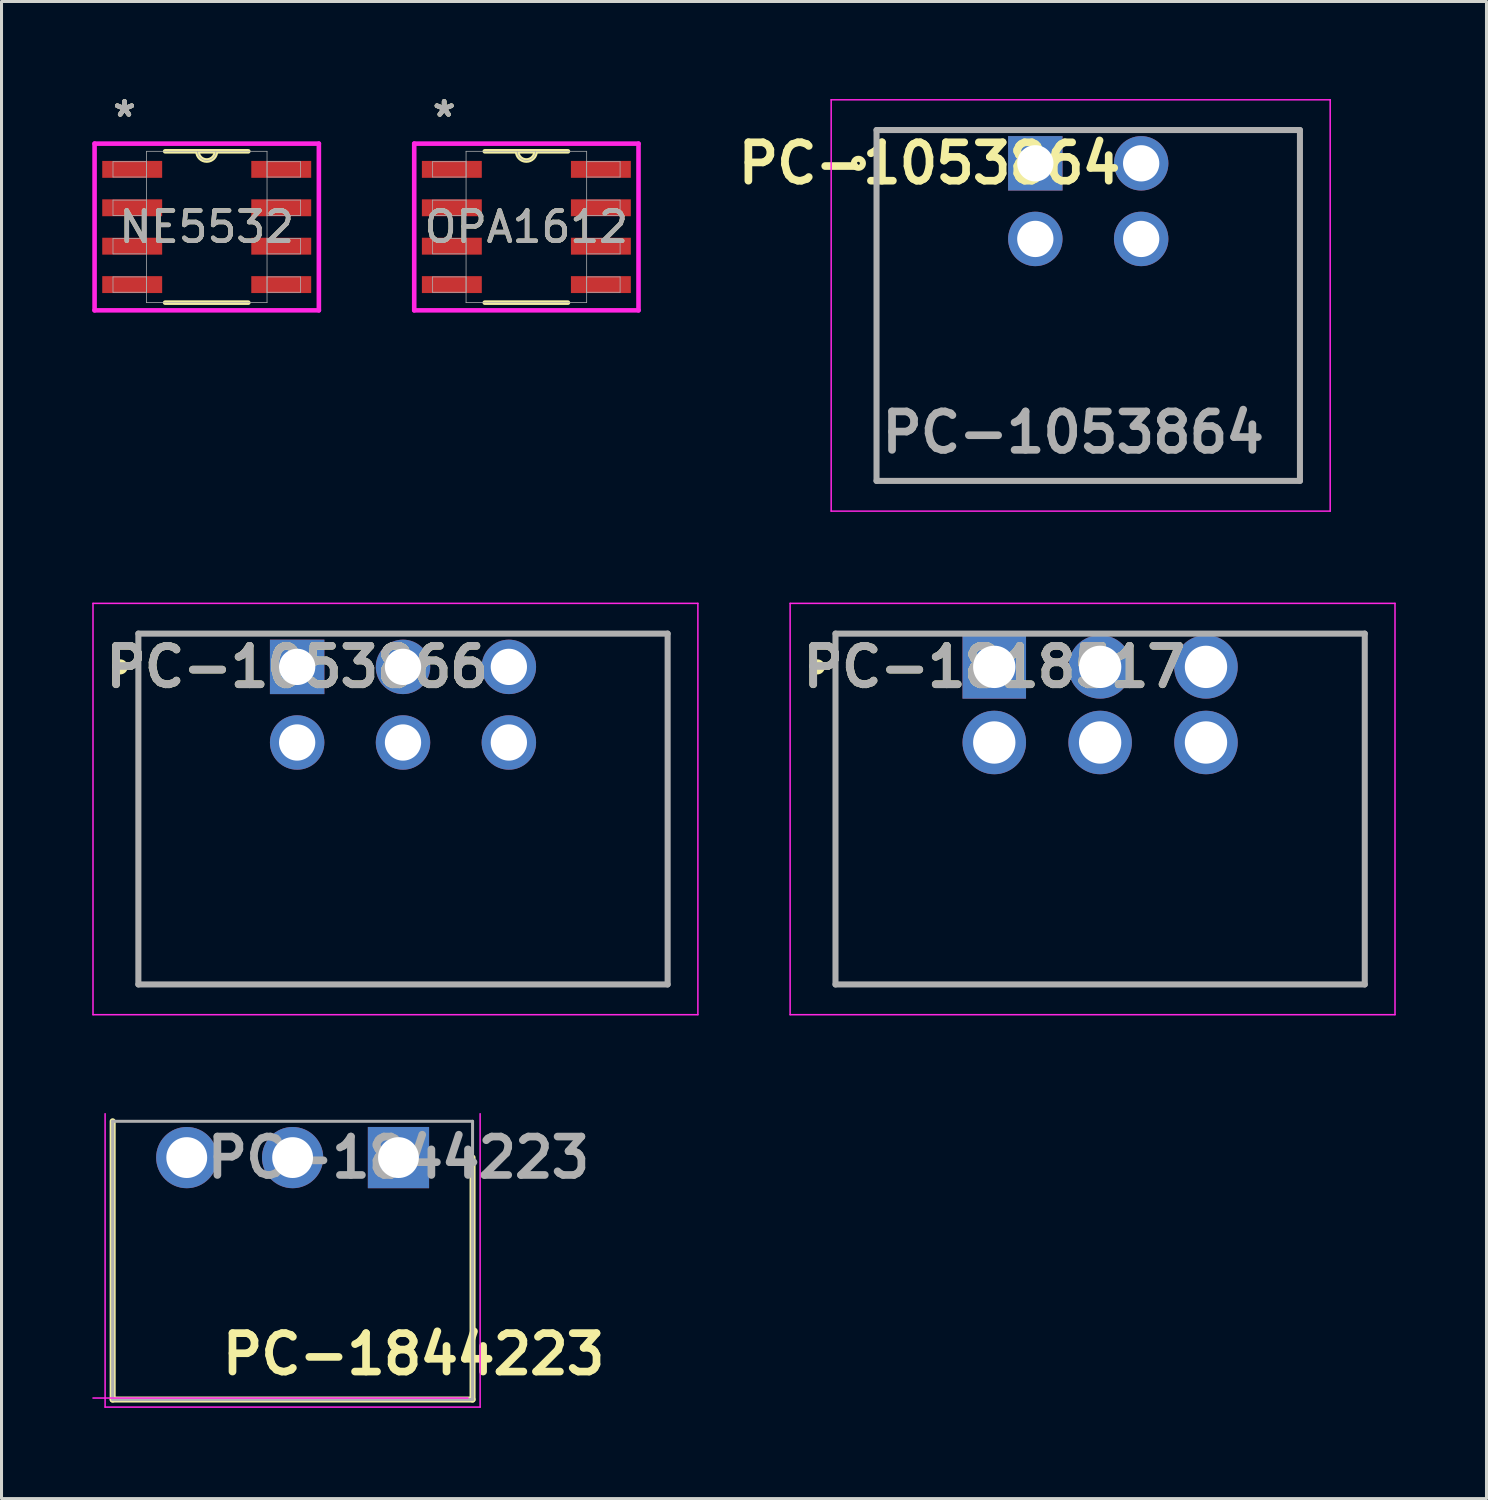
<source format=kicad_pcb>
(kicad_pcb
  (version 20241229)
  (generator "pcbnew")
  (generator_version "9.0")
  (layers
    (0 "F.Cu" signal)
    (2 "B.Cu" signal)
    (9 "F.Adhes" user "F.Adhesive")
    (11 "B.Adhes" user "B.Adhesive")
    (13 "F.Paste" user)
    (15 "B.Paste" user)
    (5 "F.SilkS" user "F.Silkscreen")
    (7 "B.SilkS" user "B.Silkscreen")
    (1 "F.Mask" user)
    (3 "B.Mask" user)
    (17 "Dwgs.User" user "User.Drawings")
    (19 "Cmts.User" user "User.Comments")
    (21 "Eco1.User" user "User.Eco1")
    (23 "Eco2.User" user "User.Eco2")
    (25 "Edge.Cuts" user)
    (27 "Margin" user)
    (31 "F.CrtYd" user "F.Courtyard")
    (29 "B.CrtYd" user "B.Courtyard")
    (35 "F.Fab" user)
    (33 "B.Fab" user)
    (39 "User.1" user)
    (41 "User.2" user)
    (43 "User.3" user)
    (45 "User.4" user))
  (footprint "PC-1818517"
    (layer "F.Cu")
    (at 29.825 19)
    (property "Reference" "PC-1818517" (at 0 0 0) (layer "F.SilkS") (effects (font (size 1.27 1.27) (thickness 0.254))))
    (attr through_hole)
    (fp_line (start -5.25 10.5) (end -5.25 -1.1) (stroke (width 0.1) (type solid)) (layer "F.SilkS"))
    (fp_line (start 12.25 -1.1) (end 12.25 10.5) (stroke (width 0.1) (type solid)) (layer "F.SilkS"))
    (fp_line (start 12.25 10.5) (end -5.25 10.5) (stroke (width 0.1) (type solid)) (layer "F.SilkS"))
    (fp_circle (center -5.85 0) (end -5.85 0.05) (stroke (width 0.2) (type solid)) (fill no) (layer "F.SilkS"))
    (fp_line (start -6.75 -2.1) (end 13.25 -2.1) (stroke (width 0.05) (type solid)) (layer "F.CrtYd"))
    (fp_line (start -6.75 11.5) (end -6.75 -2.1) (stroke (width 0.05) (type solid)) (layer "F.CrtYd"))
    (fp_line (start 13.25 -2.1) (end 13.25 11.5) (stroke (width 0.05) (type solid)) (layer "F.CrtYd"))
    (fp_line (start 13.25 11.5) (end -6.75 11.5) (stroke (width 0.05) (type solid)) (layer "F.CrtYd"))
    (fp_line (start -5.25 -1.1) (end 12.25 -1.1) (stroke (width 0.2) (type solid)) (layer "F.Fab"))
    (fp_line (start -5.25 10.5) (end -5.25 -1.1) (stroke (width 0.2) (type solid)) (layer "F.Fab"))
    (fp_line (start 12.25 -1.1) (end 12.25 10.5) (stroke (width 0.2) (type solid)) (layer "F.Fab"))
    (fp_line (start 12.25 10.5) (end -5.25 10.5) (stroke (width 0.2) (type solid)) (layer "F.Fab"))
    (fp_text user "${REFERENCE}" (at 0 0 0) (layer "F.Fab") (effects (font (size 1.27 1.27) (thickness 0.254))))
    (pad "1" thru_hole rect (at 0 0) (size 2.1 2.1) (drill 1.4) (layers "*.Cu" "*.Mask"))
    (pad "2" thru_hole circle (at 3.5 0) (size 2.1 2.1) (drill 1.4) (layers "*.Cu" "*.Mask"))
    (pad "3" thru_hole circle (at 7 0) (size 2.1 2.1) (drill 1.4) (layers "*.Cu" "*.Mask"))
    (pad "4" thru_hole circle (at 0 2.5) (size 2.1 2.1) (drill 1.4) (layers "*.Cu" "*.Mask"))
    (pad "5" thru_hole circle (at 3.5 2.5) (size 2.1 2.1) (drill 1.4) (layers "*.Cu" "*.Mask"))
    (pad "6" thru_hole circle (at 7 2.5) (size 2.1 2.1) (drill 1.4) (layers "*.Cu" "*.Mask")))
  (footprint "PC-1844223"
    (layer "F.Cu")
    (at 12.825 33.775)
    (property "Reference" "PC-1844223" (at -2.2 7.95 180) (layer "F.SilkS") (effects (font (size 1.27 1.27) (thickness 0.254))))
    (attr through_hole)
    (fp_line (start -12.15 9.45) (end -12.15 0.25) (stroke (width 0.2) (type solid)) (layer "F.SilkS"))
    (fp_line (start -0.25 1.45) (end -0.25 9.45) (stroke (width 0.2) (type solid)) (layer "F.SilkS"))
    (fp_line (start -0.25 9.45) (end -12.15 9.45) (stroke (width 0.2) (type solid)) (layer "F.SilkS"))
    (fp_line (start -12.8 9.4) (end -0.4 9.4) (stroke (width 0.05) (type solid)) (layer "F.CrtYd"))
    (fp_line (start -12.4 0) (end -12.4 9.7) (stroke (width 0.05) (type solid)) (layer "F.CrtYd"))
    (fp_line (start -12.4 9.7) (end 0 9.7) (stroke (width 0.05) (type solid)) (layer "F.CrtYd"))
    (fp_line (start 0 9.7) (end 0 0) (stroke (width 0.05) (type solid)) (layer "F.CrtYd"))
    (fp_line (start -12.15 0.25) (end -0.25 0.25) (stroke (width 0.1) (type solid)) (layer "F.Fab"))
    (fp_line (start -12.15 9.45) (end -12.15 0.25) (stroke (width 0.1) (type solid)) (layer "F.Fab"))
    (fp_line (start -0.25 0.25) (end -0.25 9.45) (stroke (width 0.1) (type solid)) (layer "F.Fab"))
    (fp_line (start -0.25 9.45) (end -12.15 9.45) (stroke (width 0.1) (type solid)) (layer "F.Fab"))
    (fp_text user "${REFERENCE}" (at -2.7 1.45 180) (layer "F.Fab") (effects (font (size 1.27 1.27) (thickness 0.254))))
    (pad "1" thru_hole rect (at -2.7 1.45 180) (size 2.025 2.025) (drill 1.35) (layers "*.Cu" "*.Mask"))
    (pad "2" thru_hole circle (at -6.2 1.45 180) (size 2.025 2.025) (drill 1.35) (layers "*.Cu" "*.Mask"))
    (pad "3" thru_hole circle (at -9.7 1.45 180) (size 2.025 2.025) (drill 1.35) (layers "*.Cu" "*.Mask")))
  (footprint "OPA1612"
    (layer "F.Cu")
    (at 14.354 4.455)
    (property "Reference" "OPA1612" (at 0 0 0) (unlocked yes) (layer "F.SilkS") (effects (font (size 1 1) (thickness 0.15))))
    (attr smd)
    (fp_line (start -1.374 2.502) (end 1.374 2.502) (stroke (width 0.152) (type solid)) (layer "F.SilkS"))
    (fp_line (start 1.374 -2.502) (end -1.374 -2.502) (stroke (width 0.152) (type solid)) (layer "F.SilkS"))
    (fp_arc (start 0.3048 -2.5019) (mid 0 -2.1971) (end -0.3048 -2.5019) (stroke (width 0.1524) (type solid)) (layer "F.SilkS"))
    (fp_line (start -3.708 -2.756) (end 3.708 -2.756) (stroke (width 0.152) (type solid)) (layer "F.CrtYd"))
    (fp_line (start -3.708 2.756) (end -3.708 -2.756) (stroke (width 0.152) (type solid)) (layer "F.CrtYd"))
    (fp_line (start 3.708 -2.756) (end 3.708 2.756) (stroke (width 0.152) (type solid)) (layer "F.CrtYd"))
    (fp_line (start 3.708 2.756) (end -3.708 2.756) (stroke (width 0.152) (type solid)) (layer "F.CrtYd"))
    (fp_line (start -3.099 -2.159) (end -3.099 -1.651) (stroke (width 0.025) (type solid)) (layer "F.Fab"))
    (fp_line (start -3.099 -1.651) (end -1.994 -1.651) (stroke (width 0.025) (type solid)) (layer "F.Fab"))
    (fp_line (start -3.099 -0.889) (end -3.099 -0.381) (stroke (width 0.025) (type solid)) (layer "F.Fab"))
    (fp_line (start -3.099 -0.381) (end -1.994 -0.381) (stroke (width 0.025) (type solid)) (layer "F.Fab"))
    (fp_line (start -3.099 0.381) (end -3.099 0.889) (stroke (width 0.025) (type solid)) (layer "F.Fab"))
    (fp_line (start -3.099 0.889) (end -1.994 0.889) (stroke (width 0.025) (type solid)) (layer "F.Fab"))
    (fp_line (start -3.099 1.651) (end -3.099 2.159) (stroke (width 0.025) (type solid)) (layer "F.Fab"))
    (fp_line (start -3.099 2.159) (end -1.994 2.159) (stroke (width 0.025) (type solid)) (layer "F.Fab"))
    (fp_line (start -1.994 -2.502) (end -1.994 2.502) (stroke (width 0.025) (type solid)) (layer "F.Fab"))
    (fp_line (start -1.994 -2.159) (end -3.099 -2.159) (stroke (width 0.025) (type solid)) (layer "F.Fab"))
    (fp_line (start -1.994 -1.651) (end -1.994 -2.159) (stroke (width 0.025) (type solid)) (layer "F.Fab"))
    (fp_line (start -1.994 -0.889) (end -3.099 -0.889) (stroke (width 0.025) (type solid)) (layer "F.Fab"))
    (fp_line (start -1.994 -0.381) (end -1.994 -0.889) (stroke (width 0.025) (type solid)) (layer "F.Fab"))
    (fp_line (start -1.994 0.381) (end -3.099 0.381) (stroke (width 0.025) (type solid)) (layer "F.Fab"))
    (fp_line (start -1.994 0.889) (end -1.994 0.381) (stroke (width 0.025) (type solid)) (layer "F.Fab"))
    (fp_line (start -1.994 1.651) (end -3.099 1.651) (stroke (width 0.025) (type solid)) (layer "F.Fab"))
    (fp_line (start -1.994 2.159) (end -1.994 1.651) (stroke (width 0.025) (type solid)) (layer "F.Fab"))
    (fp_line (start -1.994 2.502) (end 1.994 2.502) (stroke (width 0.025) (type solid)) (layer "F.Fab"))
    (fp_line (start 1.994 -2.502) (end -1.994 -2.502) (stroke (width 0.025) (type solid)) (layer "F.Fab"))
    (fp_line (start 1.994 -2.159) (end 1.994 -1.651) (stroke (width 0.025) (type solid)) (layer "F.Fab"))
    (fp_line (start 1.994 -1.651) (end 3.099 -1.651) (stroke (width 0.025) (type solid)) (layer "F.Fab"))
    (fp_line (start 1.994 -0.889) (end 1.994 -0.381) (stroke (width 0.025) (type solid)) (layer "F.Fab"))
    (fp_line (start 1.994 -0.381) (end 3.099 -0.381) (stroke (width 0.025) (type solid)) (layer "F.Fab"))
    (fp_line (start 1.994 0.381) (end 1.994 0.889) (stroke (width 0.025) (type solid)) (layer "F.Fab"))
    (fp_line (start 1.994 0.889) (end 3.099 0.889) (stroke (width 0.025) (type solid)) (layer "F.Fab"))
    (fp_line (start 1.994 1.651) (end 1.994 2.159) (stroke (width 0.025) (type solid)) (layer "F.Fab"))
    (fp_line (start 1.994 2.159) (end 3.099 2.159) (stroke (width 0.025) (type solid)) (layer "F.Fab"))
    (fp_line (start 1.994 2.502) (end 1.994 -2.502) (stroke (width 0.025) (type solid)) (layer "F.Fab"))
    (fp_line (start 3.099 -2.159) (end 1.994 -2.159) (stroke (width 0.025) (type solid)) (layer "F.Fab"))
    (fp_line (start 3.099 -1.651) (end 3.099 -2.159) (stroke (width 0.025) (type solid)) (layer "F.Fab"))
    (fp_line (start 3.099 -0.889) (end 1.994 -0.889) (stroke (width 0.025) (type solid)) (layer "F.Fab"))
    (fp_line (start 3.099 -0.381) (end 3.099 -0.889) (stroke (width 0.025) (type solid)) (layer "F.Fab"))
    (fp_line (start 3.099 0.381) (end 1.994 0.381) (stroke (width 0.025) (type solid)) (layer "F.Fab"))
    (fp_line (start 3.099 0.889) (end 3.099 0.381) (stroke (width 0.025) (type solid)) (layer "F.Fab"))
    (fp_line (start 3.099 1.651) (end 1.994 1.651) (stroke (width 0.025) (type solid)) (layer "F.Fab"))
    (fp_line (start 3.099 2.159) (end 3.099 1.651) (stroke (width 0.025) (type solid)) (layer "F.Fab"))
    (fp_arc (start 0.3048 -2.5019) (mid 0 -2.1971) (end -0.3048 -2.5019) (stroke (width 0.0254) (type solid)) (layer "F.Fab"))
    (fp_text user "*" (at -2.718 -3.607 0) (unlocked yes) (layer "F.SilkS") (effects (font (size 1 1) (thickness 0.15))))
    (fp_text user "*" (at -2.718 -3.607 0) (layer "F.SilkS") (effects (font (size 1 1) (thickness 0.15))))
    (fp_text user "*" (at -2.718 -3.607 0) (layer "F.Fab") (effects (font (size 1 1) (thickness 0.15))))
    (fp_text user "*" (at -2.718 -3.607 0) (unlocked yes) (layer "F.Fab") (effects (font (size 1 1) (thickness 0.15))))
    (fp_text user "${REFERENCE}" (at 0 0 0) (unlocked yes) (layer "F.Fab") (effects (font (size 1 1) (thickness 0.15))))
    (pad "1" smd rect (at -2.464 -1.905) (size 1.981 0.559) (layers "F.Cu" "F.Mask" "F.Paste"))
    (pad "2" smd rect (at -2.464 -0.635) (size 1.981 0.559) (layers "F.Cu" "F.Mask" "F.Paste"))
    (pad "3" smd rect (at -2.464 0.635) (size 1.981 0.559) (layers "F.Cu" "F.Mask" "F.Paste"))
    (pad "4" smd rect (at -2.464 1.905) (size 1.981 0.559) (layers "F.Cu" "F.Mask" "F.Paste"))
    (pad "5" smd rect (at 2.464 1.905) (size 1.981 0.559) (layers "F.Cu" "F.Mask" "F.Paste"))
    (pad "6" smd rect (at 2.464 0.635) (size 1.981 0.559) (layers "F.Cu" "F.Mask" "F.Paste"))
    (pad "7" smd rect (at 2.464 -0.635) (size 1.981 0.559) (layers "F.Cu" "F.Mask" "F.Paste"))
    (pad "8" smd rect (at 2.464 -1.905) (size 1.981 0.559) (layers "F.Cu" "F.Mask" "F.Paste")))
  (footprint "NE5532"
    (layer "F.Cu")
    (at 3.785 4.455)
    (property "Reference" "NE5532" (at 0 0 0) (unlocked yes) (layer "F.SilkS") (effects (font (size 1 1) (thickness 0.15))))
    (attr smd)
    (fp_line (start -1.374 2.502) (end 1.374 2.502) (stroke (width 0.152) (type solid)) (layer "F.SilkS"))
    (fp_line (start 1.374 -2.502) (end -1.374 -2.502) (stroke (width 0.152) (type solid)) (layer "F.SilkS"))
    (fp_arc (start 0.3048 -2.5019) (mid 0 -2.1971) (end -0.3048 -2.5019) (stroke (width 0.1524) (type solid)) (layer "F.SilkS"))
    (fp_line (start -3.708 -2.756) (end 3.708 -2.756) (stroke (width 0.152) (type solid)) (layer "F.CrtYd"))
    (fp_line (start -3.708 2.756) (end -3.708 -2.756) (stroke (width 0.152) (type solid)) (layer "F.CrtYd"))
    (fp_line (start 3.708 -2.756) (end 3.708 2.756) (stroke (width 0.152) (type solid)) (layer "F.CrtYd"))
    (fp_line (start 3.708 2.756) (end -3.708 2.756) (stroke (width 0.152) (type solid)) (layer "F.CrtYd"))
    (fp_line (start -3.099 -2.159) (end -3.099 -1.651) (stroke (width 0.025) (type solid)) (layer "F.Fab"))
    (fp_line (start -3.099 -1.651) (end -1.994 -1.651) (stroke (width 0.025) (type solid)) (layer "F.Fab"))
    (fp_line (start -3.099 -0.889) (end -3.099 -0.381) (stroke (width 0.025) (type solid)) (layer "F.Fab"))
    (fp_line (start -3.099 -0.381) (end -1.994 -0.381) (stroke (width 0.025) (type solid)) (layer "F.Fab"))
    (fp_line (start -3.099 0.381) (end -3.099 0.889) (stroke (width 0.025) (type solid)) (layer "F.Fab"))
    (fp_line (start -3.099 0.889) (end -1.994 0.889) (stroke (width 0.025) (type solid)) (layer "F.Fab"))
    (fp_line (start -3.099 1.651) (end -3.099 2.159) (stroke (width 0.025) (type solid)) (layer "F.Fab"))
    (fp_line (start -3.099 2.159) (end -1.994 2.159) (stroke (width 0.025) (type solid)) (layer "F.Fab"))
    (fp_line (start -1.994 -2.502) (end -1.994 2.502) (stroke (width 0.025) (type solid)) (layer "F.Fab"))
    (fp_line (start -1.994 -2.159) (end -3.099 -2.159) (stroke (width 0.025) (type solid)) (layer "F.Fab"))
    (fp_line (start -1.994 -1.651) (end -1.994 -2.159) (stroke (width 0.025) (type solid)) (layer "F.Fab"))
    (fp_line (start -1.994 -0.889) (end -3.099 -0.889) (stroke (width 0.025) (type solid)) (layer "F.Fab"))
    (fp_line (start -1.994 -0.381) (end -1.994 -0.889) (stroke (width 0.025) (type solid)) (layer "F.Fab"))
    (fp_line (start -1.994 0.381) (end -3.099 0.381) (stroke (width 0.025) (type solid)) (layer "F.Fab"))
    (fp_line (start -1.994 0.889) (end -1.994 0.381) (stroke (width 0.025) (type solid)) (layer "F.Fab"))
    (fp_line (start -1.994 1.651) (end -3.099 1.651) (stroke (width 0.025) (type solid)) (layer "F.Fab"))
    (fp_line (start -1.994 2.159) (end -1.994 1.651) (stroke (width 0.025) (type solid)) (layer "F.Fab"))
    (fp_line (start -1.994 2.502) (end 1.994 2.502) (stroke (width 0.025) (type solid)) (layer "F.Fab"))
    (fp_line (start 1.994 -2.502) (end -1.994 -2.502) (stroke (width 0.025) (type solid)) (layer "F.Fab"))
    (fp_line (start 1.994 -2.159) (end 1.994 -1.651) (stroke (width 0.025) (type solid)) (layer "F.Fab"))
    (fp_line (start 1.994 -1.651) (end 3.099 -1.651) (stroke (width 0.025) (type solid)) (layer "F.Fab"))
    (fp_line (start 1.994 -0.889) (end 1.994 -0.381) (stroke (width 0.025) (type solid)) (layer "F.Fab"))
    (fp_line (start 1.994 -0.381) (end 3.099 -0.381) (stroke (width 0.025) (type solid)) (layer "F.Fab"))
    (fp_line (start 1.994 0.381) (end 1.994 0.889) (stroke (width 0.025) (type solid)) (layer "F.Fab"))
    (fp_line (start 1.994 0.889) (end 3.099 0.889) (stroke (width 0.025) (type solid)) (layer "F.Fab"))
    (fp_line (start 1.994 1.651) (end 1.994 2.159) (stroke (width 0.025) (type solid)) (layer "F.Fab"))
    (fp_line (start 1.994 2.159) (end 3.099 2.159) (stroke (width 0.025) (type solid)) (layer "F.Fab"))
    (fp_line (start 1.994 2.502) (end 1.994 -2.502) (stroke (width 0.025) (type solid)) (layer "F.Fab"))
    (fp_line (start 3.099 -2.159) (end 1.994 -2.159) (stroke (width 0.025) (type solid)) (layer "F.Fab"))
    (fp_line (start 3.099 -1.651) (end 3.099 -2.159) (stroke (width 0.025) (type solid)) (layer "F.Fab"))
    (fp_line (start 3.099 -0.889) (end 1.994 -0.889) (stroke (width 0.025) (type solid)) (layer "F.Fab"))
    (fp_line (start 3.099 -0.381) (end 3.099 -0.889) (stroke (width 0.025) (type solid)) (layer "F.Fab"))
    (fp_line (start 3.099 0.381) (end 1.994 0.381) (stroke (width 0.025) (type solid)) (layer "F.Fab"))
    (fp_line (start 3.099 0.889) (end 3.099 0.381) (stroke (width 0.025) (type solid)) (layer "F.Fab"))
    (fp_line (start 3.099 1.651) (end 1.994 1.651) (stroke (width 0.025) (type solid)) (layer "F.Fab"))
    (fp_line (start 3.099 2.159) (end 3.099 1.651) (stroke (width 0.025) (type solid)) (layer "F.Fab"))
    (fp_arc (start 0.3048 -2.5019) (mid 0 -2.1971) (end -0.3048 -2.5019) (stroke (width 0.0254) (type solid)) (layer "F.Fab"))
    (fp_text user "*" (at -2.718 -3.607 0) (layer "F.SilkS") (effects (font (size 1 1) (thickness 0.15))))
    (fp_text user "*" (at -2.718 -3.607 0) (unlocked yes) (layer "F.SilkS") (effects (font (size 1 1) (thickness 0.15))))
    (fp_text user "*" (at -2.718 -3.607 0) (layer "F.Fab") (effects (font (size 1 1) (thickness 0.15))))
    (fp_text user "${REFERENCE}" (at 0 0 0) (unlocked yes) (layer "F.Fab") (effects (font (size 1 1) (thickness 0.15))))
    (fp_text user "*" (at -2.718 -3.607 0) (unlocked yes) (layer "F.Fab") (effects (font (size 1 1) (thickness 0.15))))
    (pad "1" smd rect (at -2.464 -1.905) (size 1.981 0.559) (layers "F.Cu" "F.Mask" "F.Paste"))
    (pad "2" smd rect (at -2.464 -0.635) (size 1.981 0.559) (layers "F.Cu" "F.Mask" "F.Paste"))
    (pad "3" smd rect (at -2.464 0.635) (size 1.981 0.559) (layers "F.Cu" "F.Mask" "F.Paste"))
    (pad "4" smd rect (at -2.464 1.905) (size 1.981 0.559) (layers "F.Cu" "F.Mask" "F.Paste"))
    (pad "5" smd rect (at 2.464 1.905) (size 1.981 0.559) (layers "F.Cu" "F.Mask" "F.Paste"))
    (pad "6" smd rect (at 2.464 0.635) (size 1.981 0.559) (layers "F.Cu" "F.Mask" "F.Paste"))
    (pad "7" smd rect (at 2.464 -0.635) (size 1.981 0.559) (layers "F.Cu" "F.Mask" "F.Paste"))
    (pad "8" smd rect (at 2.464 -1.905) (size 1.981 0.559) (layers "F.Cu" "F.Mask" "F.Paste")))
  (footprint "PC-1053864"
    (layer "F.Cu")
    (at 40.932 0.25)
    (property "Reference" "PC-1053864" (at -13.25 2.1 0) (layer "F.SilkS") (effects (font (size 1.27 1.27) (thickness 0.254))))
    (attr through_hole)
    (fp_line (start -15 12.6) (end -15 1) (stroke (width 0.1) (type solid)) (layer "F.SilkS"))
    (fp_line (start -1 1) (end -1 12.6) (stroke (width 0.1) (type solid)) (layer "F.SilkS"))
    (fp_line (start -1 12.6) (end -15 12.6) (stroke (width 0.1) (type solid)) (layer "F.SilkS"))
    (fp_circle (center -15.6 2.1) (end -15.6 2.15) (stroke (width 0.2) (type solid)) (fill no) (layer "F.SilkS"))
    (fp_line (start -16.5 0) (end 0 0) (stroke (width 0.05) (type solid)) (layer "F.CrtYd"))
    (fp_line (start -16.5 13.6) (end -16.5 0) (stroke (width 0.05) (type solid)) (layer "F.CrtYd"))
    (fp_line (start 0 0) (end 0 13.6) (stroke (width 0.05) (type solid)) (layer "F.CrtYd"))
    (fp_line (start 0 13.6) (end -16.5 13.6) (stroke (width 0.05) (type solid)) (layer "F.CrtYd"))
    (fp_line (start -15 1) (end -1 1) (stroke (width 0.2) (type solid)) (layer "F.Fab"))
    (fp_line (start -15 12.6) (end -15 1) (stroke (width 0.2) (type solid)) (layer "F.Fab"))
    (fp_line (start -1 1) (end -1 12.6) (stroke (width 0.2) (type solid)) (layer "F.Fab"))
    (fp_line (start -1 12.6) (end -15 12.6) (stroke (width 0.2) (type solid)) (layer "F.Fab"))
    (fp_text user "${REFERENCE}" (at -8.5 11 0) (layer "F.Fab") (effects (font (size 1.27 1.27) (thickness 0.254))))
    (pad "1" thru_hole rect (at -9.75 2.1) (size 1.8 1.8) (drill 1.2) (layers "*.Cu" "*.Mask"))
    (pad "2" thru_hole circle (at -6.25 2.1) (size 1.8 1.8) (drill 1.2) (layers "*.Cu" "*.Mask"))
    (pad "3" thru_hole circle (at -9.75 4.6) (size 1.8 1.8) (drill 1.2) (layers "*.Cu" "*.Mask"))
    (pad "4" thru_hole circle (at -6.25 4.6) (size 1.8 1.8) (drill 1.2) (layers "*.Cu" "*.Mask")))
  (footprint "PC-1053866"
    (layer "F.Cu")
    (at 6.775 19)
    (property "Reference" "PC-1053866" (at 0 0 0) (layer "F.SilkS") (effects (font (size 1.27 1.27) (thickness 0.254))))
    (attr through_hole)
    (fp_line (start -5.25 10.5) (end -5.25 -1.1) (stroke (width 0.1) (type solid)) (layer "F.SilkS"))
    (fp_line (start 12.25 -1.1) (end 12.25 10.5) (stroke (width 0.1) (type solid)) (layer "F.SilkS"))
    (fp_line (start 12.25 10.5) (end -5.25 10.5) (stroke (width 0.1) (type solid)) (layer "F.SilkS"))
    (fp_circle (center -5.85 0) (end -5.85 0.05) (stroke (width 0.2) (type solid)) (fill no) (layer "F.SilkS"))
    (fp_line (start -6.75 -2.1) (end 13.25 -2.1) (stroke (width 0.05) (type solid)) (layer "F.CrtYd"))
    (fp_line (start -6.75 11.5) (end -6.75 -2.1) (stroke (width 0.05) (type solid)) (layer "F.CrtYd"))
    (fp_line (start 13.25 -2.1) (end 13.25 11.5) (stroke (width 0.05) (type solid)) (layer "F.CrtYd"))
    (fp_line (start 13.25 11.5) (end -6.75 11.5) (stroke (width 0.05) (type solid)) (layer "F.CrtYd"))
    (fp_line (start -5.25 -1.1) (end 12.25 -1.1) (stroke (width 0.2) (type solid)) (layer "F.Fab"))
    (fp_line (start -5.25 10.5) (end -5.25 -1.1) (stroke (width 0.2) (type solid)) (layer "F.Fab"))
    (fp_line (start 12.25 -1.1) (end 12.25 10.5) (stroke (width 0.2) (type solid)) (layer "F.Fab"))
    (fp_line (start 12.25 10.5) (end -5.25 10.5) (stroke (width 0.2) (type solid)) (layer "F.Fab"))
    (fp_text user "${REFERENCE}" (at 0 0 0) (layer "F.Fab") (effects (font (size 1.27 1.27) (thickness 0.254))))
    (pad "1" thru_hole rect (at 0 0) (size 1.8 1.8) (drill 1.2) (layers "*.Cu" "*.Mask"))
    (pad "2" thru_hole circle (at 3.5 0) (size 1.8 1.8) (drill 1.2) (layers "*.Cu" "*.Mask"))
    (pad "3" thru_hole circle (at 7 0) (size 1.8 1.8) (drill 1.2) (layers "*.Cu" "*.Mask"))
    (pad "4" thru_hole circle (at 0 2.5) (size 1.8 1.8) (drill 1.2) (layers "*.Cu" "*.Mask"))
    (pad "5" thru_hole circle (at 3.5 2.5) (size 1.8 1.8) (drill 1.2) (layers "*.Cu" "*.Mask"))
    (pad "6" thru_hole circle (at 7 2.5) (size 1.8 1.8) (drill 1.2) (layers "*.Cu" "*.Mask")))
  (gr_rect
    (start -3 -3)
    (end 46.1 46.5)
    (stroke (width 0.1) (type default))
    (fill no)
    (layer "Edge.Cuts")))
</source>
